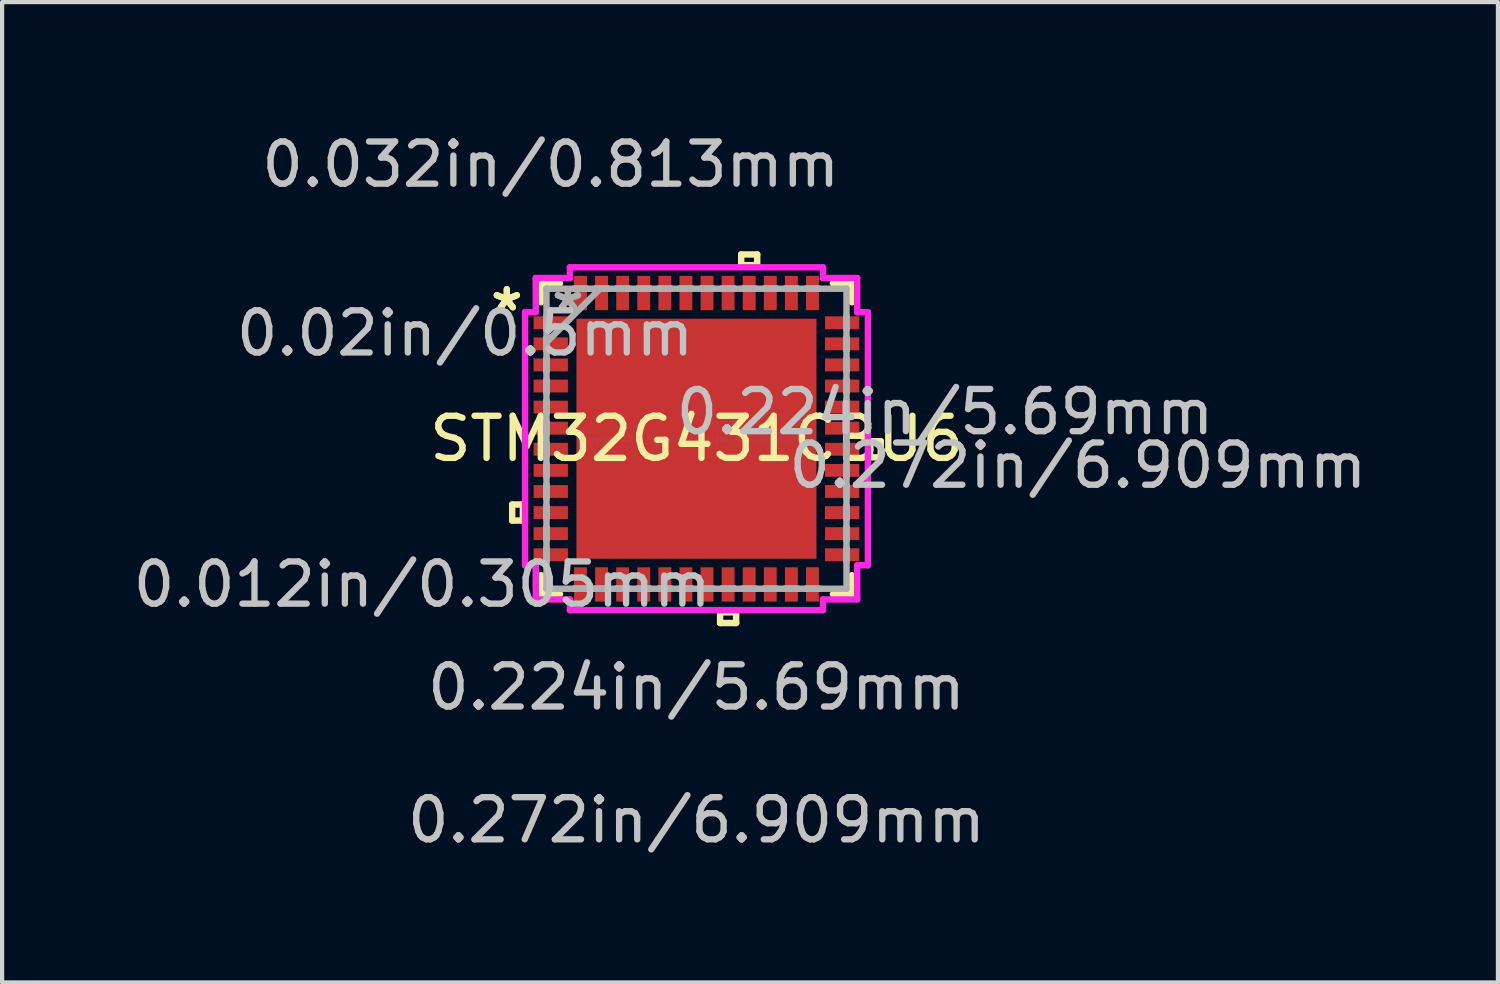
<source format=kicad_pcb>
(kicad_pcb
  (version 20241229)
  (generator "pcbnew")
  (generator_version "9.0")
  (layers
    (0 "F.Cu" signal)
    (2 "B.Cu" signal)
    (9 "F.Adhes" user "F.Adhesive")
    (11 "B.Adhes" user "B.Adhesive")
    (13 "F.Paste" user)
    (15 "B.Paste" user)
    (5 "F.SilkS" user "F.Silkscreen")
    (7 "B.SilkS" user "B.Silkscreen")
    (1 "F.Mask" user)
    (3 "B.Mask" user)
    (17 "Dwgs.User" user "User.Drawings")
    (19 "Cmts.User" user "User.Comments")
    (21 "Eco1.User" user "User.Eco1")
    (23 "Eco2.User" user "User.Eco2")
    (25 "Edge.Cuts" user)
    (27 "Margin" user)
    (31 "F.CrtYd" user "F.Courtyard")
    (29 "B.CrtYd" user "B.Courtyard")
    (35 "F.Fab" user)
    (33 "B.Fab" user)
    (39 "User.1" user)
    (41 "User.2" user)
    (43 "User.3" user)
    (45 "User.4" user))
  (footprint "STM32G431CBU6"
    (layer "F.Cu")
    (at 13.461 7.351)
    (property "Reference" "STM32G431CBU6" (at 0 0 0) (layer "F.SilkS") (effects (font (size 1 1) (thickness 0.15))))
    (attr through_hole)
    (fp_line (start -4.369 1.559) (end -4.369 1.94) (stroke (width 0.152) (type solid)) (layer "F.SilkS"))
    (fp_line (start -4.369 1.94) (end -4.115 1.94) (stroke (width 0.152) (type solid)) (layer "F.SilkS"))
    (fp_line (start -4.115 1.559) (end -4.369 1.559) (stroke (width 0.152) (type solid)) (layer "F.SilkS"))
    (fp_line (start -4.115 1.94) (end -4.115 1.559) (stroke (width 0.152) (type solid)) (layer "F.SilkS"))
    (fp_line (start -3.683 -3.683) (end -3.683 -3.235) (stroke (width 0.152) (type solid)) (layer "F.SilkS"))
    (fp_line (start -3.683 3.235) (end -3.683 3.683) (stroke (width 0.152) (type solid)) (layer "F.SilkS"))
    (fp_line (start -3.683 3.683) (end -3.235 3.683) (stroke (width 0.152) (type solid)) (layer "F.SilkS"))
    (fp_line (start -3.235 -3.683) (end -3.683 -3.683) (stroke (width 0.152) (type solid)) (layer "F.SilkS"))
    (fp_line (start 0.56 4.115) (end 0.56 4.369) (stroke (width 0.152) (type solid)) (layer "F.SilkS"))
    (fp_line (start 0.56 4.369) (end 0.941 4.369) (stroke (width 0.152) (type solid)) (layer "F.SilkS"))
    (fp_line (start 0.941 4.115) (end 0.56 4.115) (stroke (width 0.152) (type solid)) (layer "F.SilkS"))
    (fp_line (start 0.941 4.369) (end 0.941 4.115) (stroke (width 0.152) (type solid)) (layer "F.SilkS"))
    (fp_line (start 1.06 -4.369) (end 1.44 -4.369) (stroke (width 0.152) (type solid)) (layer "F.SilkS"))
    (fp_line (start 1.06 -4.115) (end 1.06 -4.369) (stroke (width 0.152) (type solid)) (layer "F.SilkS"))
    (fp_line (start 1.44 -4.369) (end 1.44 -4.115) (stroke (width 0.152) (type solid)) (layer "F.SilkS"))
    (fp_line (start 1.44 -4.115) (end 1.06 -4.115) (stroke (width 0.152) (type solid)) (layer "F.SilkS"))
    (fp_line (start 3.235 3.683) (end 3.683 3.683) (stroke (width 0.152) (type solid)) (layer "F.SilkS"))
    (fp_line (start 3.683 -3.683) (end 3.235 -3.683) (stroke (width 0.152) (type solid)) (layer "F.SilkS"))
    (fp_line (start 3.683 -3.235) (end 3.683 -3.683) (stroke (width 0.152) (type solid)) (layer "F.SilkS"))
    (fp_line (start 3.683 3.683) (end 3.683 3.235) (stroke (width 0.152) (type solid)) (layer "F.SilkS"))
    (fp_line (start 4.115 0.059) (end 4.369 0.059) (stroke (width 0.152) (type solid)) (layer "F.SilkS"))
    (fp_line (start 4.115 0.441) (end 4.115 0.059) (stroke (width 0.152) (type solid)) (layer "F.SilkS"))
    (fp_line (start 4.369 0.059) (end 4.369 0.441) (stroke (width 0.152) (type solid)) (layer "F.SilkS"))
    (fp_line (start 4.369 0.441) (end 4.115 0.441) (stroke (width 0.152) (type solid)) (layer "F.SilkS"))
    (fp_line (start -2.745 -2.745) (end -2.745 -1.522) (stroke (width 0.152) (type solid)) (layer "F.Paste"))
    (fp_line (start -2.745 -1.522) (end -1.522 -1.522) (stroke (width 0.152) (type solid)) (layer "F.Paste"))
    (fp_line (start -2.745 -1.322) (end -2.745 -0.1) (stroke (width 0.152) (type solid)) (layer "F.Paste"))
    (fp_line (start -2.745 -0.1) (end -1.522 -0.1) (stroke (width 0.152) (type solid)) (layer "F.Paste"))
    (fp_line (start -2.745 0.1) (end -2.745 1.322) (stroke (width 0.152) (type solid)) (layer "F.Paste"))
    (fp_line (start -2.745 1.322) (end -1.522 1.322) (stroke (width 0.152) (type solid)) (layer "F.Paste"))
    (fp_line (start -2.745 1.522) (end -2.745 2.745) (stroke (width 0.152) (type solid)) (layer "F.Paste"))
    (fp_line (start -2.745 2.745) (end -1.522 2.745) (stroke (width 0.152) (type solid)) (layer "F.Paste"))
    (fp_line (start -1.522 -2.745) (end -2.745 -2.745) (stroke (width 0.152) (type solid)) (layer "F.Paste"))
    (fp_line (start -1.522 -1.522) (end -1.522 -2.745) (stroke (width 0.152) (type solid)) (layer "F.Paste"))
    (fp_line (start -1.522 -1.322) (end -2.745 -1.322) (stroke (width 0.152) (type solid)) (layer "F.Paste"))
    (fp_line (start -1.522 -0.1) (end -1.522 -1.322) (stroke (width 0.152) (type solid)) (layer "F.Paste"))
    (fp_line (start -1.522 0.1) (end -2.745 0.1) (stroke (width 0.152) (type solid)) (layer "F.Paste"))
    (fp_line (start -1.522 1.322) (end -1.522 0.1) (stroke (width 0.152) (type solid)) (layer "F.Paste"))
    (fp_line (start -1.522 1.522) (end -2.745 1.522) (stroke (width 0.152) (type solid)) (layer "F.Paste"))
    (fp_line (start -1.522 2.745) (end -1.522 1.522) (stroke (width 0.152) (type solid)) (layer "F.Paste"))
    (fp_line (start -1.322 -2.745) (end -1.322 -1.522) (stroke (width 0.152) (type solid)) (layer "F.Paste"))
    (fp_line (start -1.322 -1.522) (end -0.1 -1.522) (stroke (width 0.152) (type solid)) (layer "F.Paste"))
    (fp_line (start -1.322 -1.322) (end -1.322 -0.1) (stroke (width 0.152) (type solid)) (layer "F.Paste"))
    (fp_line (start -1.322 -0.1) (end -0.1 -0.1) (stroke (width 0.152) (type solid)) (layer "F.Paste"))
    (fp_line (start -1.322 0.1) (end -1.322 1.322) (stroke (width 0.152) (type solid)) (layer "F.Paste"))
    (fp_line (start -1.322 1.322) (end -0.1 1.322) (stroke (width 0.152) (type solid)) (layer "F.Paste"))
    (fp_line (start -1.322 1.522) (end -1.322 2.745) (stroke (width 0.152) (type solid)) (layer "F.Paste"))
    (fp_line (start -1.322 2.745) (end -0.1 2.745) (stroke (width 0.152) (type solid)) (layer "F.Paste"))
    (fp_line (start -0.1 -2.745) (end -1.322 -2.745) (stroke (width 0.152) (type solid)) (layer "F.Paste"))
    (fp_line (start -0.1 -1.522) (end -0.1 -2.745) (stroke (width 0.152) (type solid)) (layer "F.Paste"))
    (fp_line (start -0.1 -1.322) (end -1.322 -1.322) (stroke (width 0.152) (type solid)) (layer "F.Paste"))
    (fp_line (start -0.1 -0.1) (end -0.1 -1.322) (stroke (width 0.152) (type solid)) (layer "F.Paste"))
    (fp_line (start -0.1 0.1) (end -1.322 0.1) (stroke (width 0.152) (type solid)) (layer "F.Paste"))
    (fp_line (start -0.1 1.322) (end -0.1 0.1) (stroke (width 0.152) (type solid)) (layer "F.Paste"))
    (fp_line (start -0.1 1.522) (end -1.322 1.522) (stroke (width 0.152) (type solid)) (layer "F.Paste"))
    (fp_line (start -0.1 2.745) (end -0.1 1.522) (stroke (width 0.152) (type solid)) (layer "F.Paste"))
    (fp_line (start 0.1 -2.745) (end 0.1 -1.522) (stroke (width 0.152) (type solid)) (layer "F.Paste"))
    (fp_line (start 0.1 -1.522) (end 1.322 -1.522) (stroke (width 0.152) (type solid)) (layer "F.Paste"))
    (fp_line (start 0.1 -1.322) (end 0.1 -0.1) (stroke (width 0.152) (type solid)) (layer "F.Paste"))
    (fp_line (start 0.1 -0.1) (end 1.322 -0.1) (stroke (width 0.152) (type solid)) (layer "F.Paste"))
    (fp_line (start 0.1 0.1) (end 0.1 1.322) (stroke (width 0.152) (type solid)) (layer "F.Paste"))
    (fp_line (start 0.1 1.322) (end 1.322 1.322) (stroke (width 0.152) (type solid)) (layer "F.Paste"))
    (fp_line (start 0.1 1.522) (end 0.1 2.745) (stroke (width 0.152) (type solid)) (layer "F.Paste"))
    (fp_line (start 0.1 2.745) (end 1.322 2.745) (stroke (width 0.152) (type solid)) (layer "F.Paste"))
    (fp_line (start 1.322 -2.745) (end 0.1 -2.745) (stroke (width 0.152) (type solid)) (layer "F.Paste"))
    (fp_line (start 1.322 -1.522) (end 1.322 -2.745) (stroke (width 0.152) (type solid)) (layer "F.Paste"))
    (fp_line (start 1.322 -1.322) (end 0.1 -1.322) (stroke (width 0.152) (type solid)) (layer "F.Paste"))
    (fp_line (start 1.322 -0.1) (end 1.322 -1.322) (stroke (width 0.152) (type solid)) (layer "F.Paste"))
    (fp_line (start 1.322 0.1) (end 0.1 0.1) (stroke (width 0.152) (type solid)) (layer "F.Paste"))
    (fp_line (start 1.322 1.322) (end 1.322 0.1) (stroke (width 0.152) (type solid)) (layer "F.Paste"))
    (fp_line (start 1.322 1.522) (end 0.1 1.522) (stroke (width 0.152) (type solid)) (layer "F.Paste"))
    (fp_line (start 1.322 2.745) (end 1.322 1.522) (stroke (width 0.152) (type solid)) (layer "F.Paste"))
    (fp_line (start 1.522 -2.745) (end 1.522 -1.522) (stroke (width 0.152) (type solid)) (layer "F.Paste"))
    (fp_line (start 1.522 -1.522) (end 2.745 -1.522) (stroke (width 0.152) (type solid)) (layer "F.Paste"))
    (fp_line (start 1.522 -1.322) (end 1.522 -0.1) (stroke (width 0.152) (type solid)) (layer "F.Paste"))
    (fp_line (start 1.522 -0.1) (end 2.745 -0.1) (stroke (width 0.152) (type solid)) (layer "F.Paste"))
    (fp_line (start 1.522 0.1) (end 1.522 1.322) (stroke (width 0.152) (type solid)) (layer "F.Paste"))
    (fp_line (start 1.522 1.322) (end 2.745 1.322) (stroke (width 0.152) (type solid)) (layer "F.Paste"))
    (fp_line (start 1.522 1.522) (end 1.522 2.745) (stroke (width 0.152) (type solid)) (layer "F.Paste"))
    (fp_line (start 1.522 2.745) (end 2.745 2.745) (stroke (width 0.152) (type solid)) (layer "F.Paste"))
    (fp_line (start 2.745 -2.745) (end 1.522 -2.745) (stroke (width 0.152) (type solid)) (layer "F.Paste"))
    (fp_line (start 2.745 -1.522) (end 2.745 -2.745) (stroke (width 0.152) (type solid)) (layer "F.Paste"))
    (fp_line (start 2.745 -1.322) (end 1.522 -1.322) (stroke (width 0.152) (type solid)) (layer "F.Paste"))
    (fp_line (start 2.745 -0.1) (end 2.745 -1.322) (stroke (width 0.152) (type solid)) (layer "F.Paste"))
    (fp_line (start 2.745 0.1) (end 1.522 0.1) (stroke (width 0.152) (type solid)) (layer "F.Paste"))
    (fp_line (start 2.745 1.322) (end 2.745 0.1) (stroke (width 0.152) (type solid)) (layer "F.Paste"))
    (fp_line (start 2.745 1.522) (end 1.522 1.522) (stroke (width 0.152) (type solid)) (layer "F.Paste"))
    (fp_line (start 2.745 2.745) (end 2.745 1.522) (stroke (width 0.152) (type solid)) (layer "F.Paste"))
    (fp_line (start -4.064 -3) (end -3.81 -3) (stroke (width 0.152) (type solid)) (layer "F.CrtYd"))
    (fp_line (start -4.064 3) (end -4.064 -3) (stroke (width 0.152) (type solid)) (layer "F.CrtYd"))
    (fp_line (start -3.81 -3.81) (end -3 -3.81) (stroke (width 0.152) (type solid)) (layer "F.CrtYd"))
    (fp_line (start -3.81 -3) (end -3.81 -3.81) (stroke (width 0.152) (type solid)) (layer "F.CrtYd"))
    (fp_line (start -3.81 3) (end -4.064 3) (stroke (width 0.152) (type solid)) (layer "F.CrtYd"))
    (fp_line (start -3.81 3.81) (end -3.81 3) (stroke (width 0.152) (type solid)) (layer "F.CrtYd"))
    (fp_line (start -3 -4.064) (end 3 -4.064) (stroke (width 0.152) (type solid)) (layer "F.CrtYd"))
    (fp_line (start -3 -3.81) (end -3 -4.064) (stroke (width 0.152) (type solid)) (layer "F.CrtYd"))
    (fp_line (start -3 3.81) (end -3.81 3.81) (stroke (width 0.152) (type solid)) (layer "F.CrtYd"))
    (fp_line (start -3 4.064) (end -3 3.81) (stroke (width 0.152) (type solid)) (layer "F.CrtYd"))
    (fp_line (start 3 -4.064) (end 3 -3.81) (stroke (width 0.152) (type solid)) (layer "F.CrtYd"))
    (fp_line (start 3 -3.81) (end 3.81 -3.81) (stroke (width 0.152) (type solid)) (layer "F.CrtYd"))
    (fp_line (start 3 3.81) (end 3 4.064) (stroke (width 0.152) (type solid)) (layer "F.CrtYd"))
    (fp_line (start 3 4.064) (end -3 4.064) (stroke (width 0.152) (type solid)) (layer "F.CrtYd"))
    (fp_line (start 3.81 -3.81) (end 3.81 -3) (stroke (width 0.152) (type solid)) (layer "F.CrtYd"))
    (fp_line (start 3.81 -3) (end 4.064 -3) (stroke (width 0.152) (type solid)) (layer "F.CrtYd"))
    (fp_line (start 3.81 3) (end 3.81 3.81) (stroke (width 0.152) (type solid)) (layer "F.CrtYd"))
    (fp_line (start 3.81 3.81) (end 3 3.81) (stroke (width 0.152) (type solid)) (layer "F.CrtYd"))
    (fp_line (start 4.064 -3) (end 4.064 3) (stroke (width 0.152) (type solid)) (layer "F.CrtYd"))
    (fp_line (start 4.064 3) (end 3.81 3) (stroke (width 0.152) (type solid)) (layer "F.CrtYd"))
    (fp_line (start -3.556 -3.556) (end -3.556 -3.556) (stroke (width 0.152) (type solid)) (layer "F.Fab"))
    (fp_line (start -3.556 -3.556) (end -3.556 3.556) (stroke (width 0.152) (type solid)) (layer "F.Fab"))
    (fp_line (start -3.556 -2.902) (end -3.556 -2.902) (stroke (width 0.152) (type solid)) (layer "F.Fab"))
    (fp_line (start -3.556 -2.902) (end -3.556 -2.598) (stroke (width 0.152) (type solid)) (layer "F.Fab"))
    (fp_line (start -3.556 -2.598) (end -3.556 -2.902) (stroke (width 0.152) (type solid)) (layer "F.Fab"))
    (fp_line (start -3.556 -2.598) (end -3.556 -2.598) (stroke (width 0.152) (type solid)) (layer "F.Fab"))
    (fp_line (start -3.556 -2.402) (end -3.556 -2.402) (stroke (width 0.152) (type solid)) (layer "F.Fab"))
    (fp_line (start -3.556 -2.402) (end -3.556 -2.098) (stroke (width 0.152) (type solid)) (layer "F.Fab"))
    (fp_line (start -3.556 -2.286) (end -2.286 -3.556) (stroke (width 0.152) (type solid)) (layer "F.Fab"))
    (fp_line (start -3.556 -2.098) (end -3.556 -2.402) (stroke (width 0.152) (type solid)) (layer "F.Fab"))
    (fp_line (start -3.556 -2.098) (end -3.556 -2.098) (stroke (width 0.152) (type solid)) (layer "F.Fab"))
    (fp_line (start -3.556 -1.902) (end -3.556 -1.902) (stroke (width 0.152) (type solid)) (layer "F.Fab"))
    (fp_line (start -3.556 -1.902) (end -3.556 -1.598) (stroke (width 0.152) (type solid)) (layer "F.Fab"))
    (fp_line (start -3.556 -1.598) (end -3.556 -1.902) (stroke (width 0.152) (type solid)) (layer "F.Fab"))
    (fp_line (start -3.556 -1.598) (end -3.556 -1.598) (stroke (width 0.152) (type solid)) (layer "F.Fab"))
    (fp_line (start -3.556 -1.402) (end -3.556 -1.402) (stroke (width 0.152) (type solid)) (layer "F.Fab"))
    (fp_line (start -3.556 -1.402) (end -3.556 -1.098) (stroke (width 0.152) (type solid)) (layer "F.Fab"))
    (fp_line (start -3.556 -1.098) (end -3.556 -1.402) (stroke (width 0.152) (type solid)) (layer "F.Fab"))
    (fp_line (start -3.556 -1.098) (end -3.556 -1.098) (stroke (width 0.152) (type solid)) (layer "F.Fab"))
    (fp_line (start -3.556 -0.902) (end -3.556 -0.902) (stroke (width 0.152) (type solid)) (layer "F.Fab"))
    (fp_line (start -3.556 -0.902) (end -3.556 -0.598) (stroke (width 0.152) (type solid)) (layer "F.Fab"))
    (fp_line (start -3.556 -0.598) (end -3.556 -0.902) (stroke (width 0.152) (type solid)) (layer "F.Fab"))
    (fp_line (start -3.556 -0.598) (end -3.556 -0.598) (stroke (width 0.152) (type solid)) (layer "F.Fab"))
    (fp_line (start -3.556 -0.402) (end -3.556 -0.402) (stroke (width 0.152) (type solid)) (layer "F.Fab"))
    (fp_line (start -3.556 -0.402) (end -3.556 -0.098) (stroke (width 0.152) (type solid)) (layer "F.Fab"))
    (fp_line (start -3.556 -0.098) (end -3.556 -0.402) (stroke (width 0.152) (type solid)) (layer "F.Fab"))
    (fp_line (start -3.556 -0.098) (end -3.556 -0.098) (stroke (width 0.152) (type solid)) (layer "F.Fab"))
    (fp_line (start -3.556 0.098) (end -3.556 0.098) (stroke (width 0.152) (type solid)) (layer "F.Fab"))
    (fp_line (start -3.556 0.098) (end -3.556 0.402) (stroke (width 0.152) (type solid)) (layer "F.Fab"))
    (fp_line (start -3.556 0.402) (end -3.556 0.098) (stroke (width 0.152) (type solid)) (layer "F.Fab"))
    (fp_line (start -3.556 0.402) (end -3.556 0.402) (stroke (width 0.152) (type solid)) (layer "F.Fab"))
    (fp_line (start -3.556 0.598) (end -3.556 0.598) (stroke (width 0.152) (type solid)) (layer "F.Fab"))
    (fp_line (start -3.556 0.598) (end -3.556 0.902) (stroke (width 0.152) (type solid)) (layer "F.Fab"))
    (fp_line (start -3.556 0.902) (end -3.556 0.598) (stroke (width 0.152) (type solid)) (layer "F.Fab"))
    (fp_line (start -3.556 0.902) (end -3.556 0.902) (stroke (width 0.152) (type solid)) (layer "F.Fab"))
    (fp_line (start -3.556 1.098) (end -3.556 1.098) (stroke (width 0.152) (type solid)) (layer "F.Fab"))
    (fp_line (start -3.556 1.098) (end -3.556 1.402) (stroke (width 0.152) (type solid)) (layer "F.Fab"))
    (fp_line (start -3.556 1.402) (end -3.556 1.098) (stroke (width 0.152) (type solid)) (layer "F.Fab"))
    (fp_line (start -3.556 1.402) (end -3.556 1.402) (stroke (width 0.152) (type solid)) (layer "F.Fab"))
    (fp_line (start -3.556 1.598) (end -3.556 1.598) (stroke (width 0.152) (type solid)) (layer "F.Fab"))
    (fp_line (start -3.556 1.598) (end -3.556 1.902) (stroke (width 0.152) (type solid)) (layer "F.Fab"))
    (fp_line (start -3.556 1.902) (end -3.556 1.598) (stroke (width 0.152) (type solid)) (layer "F.Fab"))
    (fp_line (start -3.556 1.902) (end -3.556 1.902) (stroke (width 0.152) (type solid)) (layer "F.Fab"))
    (fp_line (start -3.556 2.098) (end -3.556 2.098) (stroke (width 0.152) (type solid)) (layer "F.Fab"))
    (fp_line (start -3.556 2.098) (end -3.556 2.402) (stroke (width 0.152) (type solid)) (layer "F.Fab"))
    (fp_line (start -3.556 2.402) (end -3.556 2.098) (stroke (width 0.152) (type solid)) (layer "F.Fab"))
    (fp_line (start -3.556 2.402) (end -3.556 2.402) (stroke (width 0.152) (type solid)) (layer "F.Fab"))
    (fp_line (start -3.556 2.598) (end -3.556 2.598) (stroke (width 0.152) (type solid)) (layer "F.Fab"))
    (fp_line (start -3.556 2.598) (end -3.556 2.902) (stroke (width 0.152) (type solid)) (layer "F.Fab"))
    (fp_line (start -3.556 2.902) (end -3.556 2.598) (stroke (width 0.152) (type solid)) (layer "F.Fab"))
    (fp_line (start -3.556 2.902) (end -3.556 2.902) (stroke (width 0.152) (type solid)) (layer "F.Fab"))
    (fp_line (start -3.556 3.556) (end -3.556 3.556) (stroke (width 0.152) (type solid)) (layer "F.Fab"))
    (fp_line (start -3.556 3.556) (end 3.556 3.556) (stroke (width 0.152) (type solid)) (layer "F.Fab"))
    (fp_line (start -2.902 -3.556) (end -2.902 -3.556) (stroke (width 0.152) (type solid)) (layer "F.Fab"))
    (fp_line (start -2.902 -3.556) (end -2.598 -3.556) (stroke (width 0.152) (type solid)) (layer "F.Fab"))
    (fp_line (start -2.902 3.556) (end -2.902 3.556) (stroke (width 0.152) (type solid)) (layer "F.Fab"))
    (fp_line (start -2.902 3.556) (end -2.598 3.556) (stroke (width 0.152) (type solid)) (layer "F.Fab"))
    (fp_line (start -2.598 -3.556) (end -2.902 -3.556) (stroke (width 0.152) (type solid)) (layer "F.Fab"))
    (fp_line (start -2.598 -3.556) (end -2.598 -3.556) (stroke (width 0.152) (type solid)) (layer "F.Fab"))
    (fp_line (start -2.598 3.556) (end -2.902 3.556) (stroke (width 0.152) (type solid)) (layer "F.Fab"))
    (fp_line (start -2.598 3.556) (end -2.598 3.556) (stroke (width 0.152) (type solid)) (layer "F.Fab"))
    (fp_line (start -2.402 -3.556) (end -2.402 -3.556) (stroke (width 0.152) (type solid)) (layer "F.Fab"))
    (fp_line (start -2.402 -3.556) (end -2.098 -3.556) (stroke (width 0.152) (type solid)) (layer "F.Fab"))
    (fp_line (start -2.402 3.556) (end -2.402 3.556) (stroke (width 0.152) (type solid)) (layer "F.Fab"))
    (fp_line (start -2.402 3.556) (end -2.098 3.556) (stroke (width 0.152) (type solid)) (layer "F.Fab"))
    (fp_line (start -2.098 -3.556) (end -2.402 -3.556) (stroke (width 0.152) (type solid)) (layer "F.Fab"))
    (fp_line (start -2.098 -3.556) (end -2.098 -3.556) (stroke (width 0.152) (type solid)) (layer "F.Fab"))
    (fp_line (start -2.098 3.556) (end -2.402 3.556) (stroke (width 0.152) (type solid)) (layer "F.Fab"))
    (fp_line (start -2.098 3.556) (end -2.098 3.556) (stroke (width 0.152) (type solid)) (layer "F.Fab"))
    (fp_line (start -1.902 -3.556) (end -1.902 -3.556) (stroke (width 0.152) (type solid)) (layer "F.Fab"))
    (fp_line (start -1.902 -3.556) (end -1.598 -3.556) (stroke (width 0.152) (type solid)) (layer "F.Fab"))
    (fp_line (start -1.902 3.556) (end -1.902 3.556) (stroke (width 0.152) (type solid)) (layer "F.Fab"))
    (fp_line (start -1.902 3.556) (end -1.598 3.556) (stroke (width 0.152) (type solid)) (layer "F.Fab"))
    (fp_line (start -1.598 -3.556) (end -1.902 -3.556) (stroke (width 0.152) (type solid)) (layer "F.Fab"))
    (fp_line (start -1.598 -3.556) (end -1.598 -3.556) (stroke (width 0.152) (type solid)) (layer "F.Fab"))
    (fp_line (start -1.598 3.556) (end -1.902 3.556) (stroke (width 0.152) (type solid)) (layer "F.Fab"))
    (fp_line (start -1.598 3.556) (end -1.598 3.556) (stroke (width 0.152) (type solid)) (layer "F.Fab"))
    (fp_line (start -1.402 -3.556) (end -1.402 -3.556) (stroke (width 0.152) (type solid)) (layer "F.Fab"))
    (fp_line (start -1.402 -3.556) (end -1.098 -3.556) (stroke (width 0.152) (type solid)) (layer "F.Fab"))
    (fp_line (start -1.402 3.556) (end -1.402 3.556) (stroke (width 0.152) (type solid)) (layer "F.Fab"))
    (fp_line (start -1.402 3.556) (end -1.098 3.556) (stroke (width 0.152) (type solid)) (layer "F.Fab"))
    (fp_line (start -1.098 -3.556) (end -1.402 -3.556) (stroke (width 0.152) (type solid)) (layer "F.Fab"))
    (fp_line (start -1.098 -3.556) (end -1.098 -3.556) (stroke (width 0.152) (type solid)) (layer "F.Fab"))
    (fp_line (start -1.098 3.556) (end -1.402 3.556) (stroke (width 0.152) (type solid)) (layer "F.Fab"))
    (fp_line (start -1.098 3.556) (end -1.098 3.556) (stroke (width 0.152) (type solid)) (layer "F.Fab"))
    (fp_line (start -0.902 -3.556) (end -0.902 -3.556) (stroke (width 0.152) (type solid)) (layer "F.Fab"))
    (fp_line (start -0.902 -3.556) (end -0.598 -3.556) (stroke (width 0.152) (type solid)) (layer "F.Fab"))
    (fp_line (start -0.902 3.556) (end -0.902 3.556) (stroke (width 0.152) (type solid)) (layer "F.Fab"))
    (fp_line (start -0.902 3.556) (end -0.598 3.556) (stroke (width 0.152) (type solid)) (layer "F.Fab"))
    (fp_line (start -0.598 -3.556) (end -0.902 -3.556) (stroke (width 0.152) (type solid)) (layer "F.Fab"))
    (fp_line (start -0.598 -3.556) (end -0.598 -3.556) (stroke (width 0.152) (type solid)) (layer "F.Fab"))
    (fp_line (start -0.598 3.556) (end -0.902 3.556) (stroke (width 0.152) (type solid)) (layer "F.Fab"))
    (fp_line (start -0.598 3.556) (end -0.598 3.556) (stroke (width 0.152) (type solid)) (layer "F.Fab"))
    (fp_line (start -0.402 -3.556) (end -0.402 -3.556) (stroke (width 0.152) (type solid)) (layer "F.Fab"))
    (fp_line (start -0.402 -3.556) (end -0.098 -3.556) (stroke (width 0.152) (type solid)) (layer "F.Fab"))
    (fp_line (start -0.402 3.556) (end -0.402 3.556) (stroke (width 0.152) (type solid)) (layer "F.Fab"))
    (fp_line (start -0.402 3.556) (end -0.098 3.556) (stroke (width 0.152) (type solid)) (layer "F.Fab"))
    (fp_line (start -0.098 -3.556) (end -0.402 -3.556) (stroke (width 0.152) (type solid)) (layer "F.Fab"))
    (fp_line (start -0.098 -3.556) (end -0.098 -3.556) (stroke (width 0.152) (type solid)) (layer "F.Fab"))
    (fp_line (start -0.098 3.556) (end -0.402 3.556) (stroke (width 0.152) (type solid)) (layer "F.Fab"))
    (fp_line (start -0.098 3.556) (end -0.098 3.556) (stroke (width 0.152) (type solid)) (layer "F.Fab"))
    (fp_line (start 0.098 -3.556) (end 0.098 -3.556) (stroke (width 0.152) (type solid)) (layer "F.Fab"))
    (fp_line (start 0.098 -3.556) (end 0.402 -3.556) (stroke (width 0.152) (type solid)) (layer "F.Fab"))
    (fp_line (start 0.098 3.556) (end 0.098 3.556) (stroke (width 0.152) (type solid)) (layer "F.Fab"))
    (fp_line (start 0.098 3.556) (end 0.402 3.556) (stroke (width 0.152) (type solid)) (layer "F.Fab"))
    (fp_line (start 0.402 -3.556) (end 0.098 -3.556) (stroke (width 0.152) (type solid)) (layer "F.Fab"))
    (fp_line (start 0.402 -3.556) (end 0.402 -3.556) (stroke (width 0.152) (type solid)) (layer "F.Fab"))
    (fp_line (start 0.402 3.556) (end 0.098 3.556) (stroke (width 0.152) (type solid)) (layer "F.Fab"))
    (fp_line (start 0.402 3.556) (end 0.402 3.556) (stroke (width 0.152) (type solid)) (layer "F.Fab"))
    (fp_line (start 0.598 -3.556) (end 0.598 -3.556) (stroke (width 0.152) (type solid)) (layer "F.Fab"))
    (fp_line (start 0.598 -3.556) (end 0.902 -3.556) (stroke (width 0.152) (type solid)) (layer "F.Fab"))
    (fp_line (start 0.598 3.556) (end 0.598 3.556) (stroke (width 0.152) (type solid)) (layer "F.Fab"))
    (fp_line (start 0.598 3.556) (end 0.902 3.556) (stroke (width 0.152) (type solid)) (layer "F.Fab"))
    (fp_line (start 0.902 -3.556) (end 0.598 -3.556) (stroke (width 0.152) (type solid)) (layer "F.Fab"))
    (fp_line (start 0.902 -3.556) (end 0.902 -3.556) (stroke (width 0.152) (type solid)) (layer "F.Fab"))
    (fp_line (start 0.902 3.556) (end 0.598 3.556) (stroke (width 0.152) (type solid)) (layer "F.Fab"))
    (fp_line (start 0.902 3.556) (end 0.902 3.556) (stroke (width 0.152) (type solid)) (layer "F.Fab"))
    (fp_line (start 1.098 -3.556) (end 1.098 -3.556) (stroke (width 0.152) (type solid)) (layer "F.Fab"))
    (fp_line (start 1.098 -3.556) (end 1.402 -3.556) (stroke (width 0.152) (type solid)) (layer "F.Fab"))
    (fp_line (start 1.098 3.556) (end 1.098 3.556) (stroke (width 0.152) (type solid)) (layer "F.Fab"))
    (fp_line (start 1.098 3.556) (end 1.402 3.556) (stroke (width 0.152) (type solid)) (layer "F.Fab"))
    (fp_line (start 1.402 -3.556) (end 1.098 -3.556) (stroke (width 0.152) (type solid)) (layer "F.Fab"))
    (fp_line (start 1.402 -3.556) (end 1.402 -3.556) (stroke (width 0.152) (type solid)) (layer "F.Fab"))
    (fp_line (start 1.402 3.556) (end 1.098 3.556) (stroke (width 0.152) (type solid)) (layer "F.Fab"))
    (fp_line (start 1.402 3.556) (end 1.402 3.556) (stroke (width 0.152) (type solid)) (layer "F.Fab"))
    (fp_line (start 1.598 -3.556) (end 1.598 -3.556) (stroke (width 0.152) (type solid)) (layer "F.Fab"))
    (fp_line (start 1.598 -3.556) (end 1.902 -3.556) (stroke (width 0.152) (type solid)) (layer "F.Fab"))
    (fp_line (start 1.598 3.556) (end 1.598 3.556) (stroke (width 0.152) (type solid)) (layer "F.Fab"))
    (fp_line (start 1.598 3.556) (end 1.902 3.556) (stroke (width 0.152) (type solid)) (layer "F.Fab"))
    (fp_line (start 1.902 -3.556) (end 1.598 -3.556) (stroke (width 0.152) (type solid)) (layer "F.Fab"))
    (fp_line (start 1.902 -3.556) (end 1.902 -3.556) (stroke (width 0.152) (type solid)) (layer "F.Fab"))
    (fp_line (start 1.902 3.556) (end 1.598 3.556) (stroke (width 0.152) (type solid)) (layer "F.Fab"))
    (fp_line (start 1.902 3.556) (end 1.902 3.556) (stroke (width 0.152) (type solid)) (layer "F.Fab"))
    (fp_line (start 2.098 -3.556) (end 2.098 -3.556) (stroke (width 0.152) (type solid)) (layer "F.Fab"))
    (fp_line (start 2.098 -3.556) (end 2.402 -3.556) (stroke (width 0.152) (type solid)) (layer "F.Fab"))
    (fp_line (start 2.098 3.556) (end 2.098 3.556) (stroke (width 0.152) (type solid)) (layer "F.Fab"))
    (fp_line (start 2.098 3.556) (end 2.402 3.556) (stroke (width 0.152) (type solid)) (layer "F.Fab"))
    (fp_line (start 2.402 -3.556) (end 2.098 -3.556) (stroke (width 0.152) (type solid)) (layer "F.Fab"))
    (fp_line (start 2.402 -3.556) (end 2.402 -3.556) (stroke (width 0.152) (type solid)) (layer "F.Fab"))
    (fp_line (start 2.402 3.556) (end 2.098 3.556) (stroke (width 0.152) (type solid)) (layer "F.Fab"))
    (fp_line (start 2.402 3.556) (end 2.402 3.556) (stroke (width 0.152) (type solid)) (layer "F.Fab"))
    (fp_line (start 2.598 -3.556) (end 2.598 -3.556) (stroke (width 0.152) (type solid)) (layer "F.Fab"))
    (fp_line (start 2.598 -3.556) (end 2.902 -3.556) (stroke (width 0.152) (type solid)) (layer "F.Fab"))
    (fp_line (start 2.598 3.556) (end 2.598 3.556) (stroke (width 0.152) (type solid)) (layer "F.Fab"))
    (fp_line (start 2.598 3.556) (end 2.902 3.556) (stroke (width 0.152) (type solid)) (layer "F.Fab"))
    (fp_line (start 2.902 -3.556) (end 2.598 -3.556) (stroke (width 0.152) (type solid)) (layer "F.Fab"))
    (fp_line (start 2.902 -3.556) (end 2.902 -3.556) (stroke (width 0.152) (type solid)) (layer "F.Fab"))
    (fp_line (start 2.902 3.556) (end 2.598 3.556) (stroke (width 0.152) (type solid)) (layer "F.Fab"))
    (fp_line (start 2.902 3.556) (end 2.902 3.556) (stroke (width 0.152) (type solid)) (layer "F.Fab"))
    (fp_line (start 3.556 -3.556) (end -3.556 -3.556) (stroke (width 0.152) (type solid)) (layer "F.Fab"))
    (fp_line (start 3.556 -3.556) (end 3.556 -3.556) (stroke (width 0.152) (type solid)) (layer "F.Fab"))
    (fp_line (start 3.556 -2.902) (end 3.556 -2.902) (stroke (width 0.152) (type solid)) (layer "F.Fab"))
    (fp_line (start 3.556 -2.902) (end 3.556 -2.598) (stroke (width 0.152) (type solid)) (layer "F.Fab"))
    (fp_line (start 3.556 -2.598) (end 3.556 -2.902) (stroke (width 0.152) (type solid)) (layer "F.Fab"))
    (fp_line (start 3.556 -2.598) (end 3.556 -2.598) (stroke (width 0.152) (type solid)) (layer "F.Fab"))
    (fp_line (start 3.556 -2.402) (end 3.556 -2.402) (stroke (width 0.152) (type solid)) (layer "F.Fab"))
    (fp_line (start 3.556 -2.402) (end 3.556 -2.098) (stroke (width 0.152) (type solid)) (layer "F.Fab"))
    (fp_line (start 3.556 -2.098) (end 3.556 -2.402) (stroke (width 0.152) (type solid)) (layer "F.Fab"))
    (fp_line (start 3.556 -2.098) (end 3.556 -2.098) (stroke (width 0.152) (type solid)) (layer "F.Fab"))
    (fp_line (start 3.556 -1.902) (end 3.556 -1.902) (stroke (width 0.152) (type solid)) (layer "F.Fab"))
    (fp_line (start 3.556 -1.902) (end 3.556 -1.598) (stroke (width 0.152) (type solid)) (layer "F.Fab"))
    (fp_line (start 3.556 -1.598) (end 3.556 -1.902) (stroke (width 0.152) (type solid)) (layer "F.Fab"))
    (fp_line (start 3.556 -1.598) (end 3.556 -1.598) (stroke (width 0.152) (type solid)) (layer "F.Fab"))
    (fp_line (start 3.556 -1.402) (end 3.556 -1.402) (stroke (width 0.152) (type solid)) (layer "F.Fab"))
    (fp_line (start 3.556 -1.402) (end 3.556 -1.098) (stroke (width 0.152) (type solid)) (layer "F.Fab"))
    (fp_line (start 3.556 -1.098) (end 3.556 -1.402) (stroke (width 0.152) (type solid)) (layer "F.Fab"))
    (fp_line (start 3.556 -1.098) (end 3.556 -1.098) (stroke (width 0.152) (type solid)) (layer "F.Fab"))
    (fp_line (start 3.556 -0.902) (end 3.556 -0.902) (stroke (width 0.152) (type solid)) (layer "F.Fab"))
    (fp_line (start 3.556 -0.902) (end 3.556 -0.598) (stroke (width 0.152) (type solid)) (layer "F.Fab"))
    (fp_line (start 3.556 -0.598) (end 3.556 -0.902) (stroke (width 0.152) (type solid)) (layer "F.Fab"))
    (fp_line (start 3.556 -0.598) (end 3.556 -0.598) (stroke (width 0.152) (type solid)) (layer "F.Fab"))
    (fp_line (start 3.556 -0.402) (end 3.556 -0.402) (stroke (width 0.152) (type solid)) (layer "F.Fab"))
    (fp_line (start 3.556 -0.402) (end 3.556 -0.098) (stroke (width 0.152) (type solid)) (layer "F.Fab"))
    (fp_line (start 3.556 -0.098) (end 3.556 -0.402) (stroke (width 0.152) (type solid)) (layer "F.Fab"))
    (fp_line (start 3.556 -0.098) (end 3.556 -0.098) (stroke (width 0.152) (type solid)) (layer "F.Fab"))
    (fp_line (start 3.556 0.098) (end 3.556 0.098) (stroke (width 0.152) (type solid)) (layer "F.Fab"))
    (fp_line (start 3.556 0.098) (end 3.556 0.402) (stroke (width 0.152) (type solid)) (layer "F.Fab"))
    (fp_line (start 3.556 0.402) (end 3.556 0.098) (stroke (width 0.152) (type solid)) (layer "F.Fab"))
    (fp_line (start 3.556 0.402) (end 3.556 0.402) (stroke (width 0.152) (type solid)) (layer "F.Fab"))
    (fp_line (start 3.556 0.598) (end 3.556 0.598) (stroke (width 0.152) (type solid)) (layer "F.Fab"))
    (fp_line (start 3.556 0.598) (end 3.556 0.902) (stroke (width 0.152) (type solid)) (layer "F.Fab"))
    (fp_line (start 3.556 0.902) (end 3.556 0.598) (stroke (width 0.152) (type solid)) (layer "F.Fab"))
    (fp_line (start 3.556 0.902) (end 3.556 0.902) (stroke (width 0.152) (type solid)) (layer "F.Fab"))
    (fp_line (start 3.556 1.098) (end 3.556 1.098) (stroke (width 0.152) (type solid)) (layer "F.Fab"))
    (fp_line (start 3.556 1.098) (end 3.556 1.402) (stroke (width 0.152) (type solid)) (layer "F.Fab"))
    (fp_line (start 3.556 1.402) (end 3.556 1.098) (stroke (width 0.152) (type solid)) (layer "F.Fab"))
    (fp_line (start 3.556 1.402) (end 3.556 1.402) (stroke (width 0.152) (type solid)) (layer "F.Fab"))
    (fp_line (start 3.556 1.598) (end 3.556 1.598) (stroke (width 0.152) (type solid)) (layer "F.Fab"))
    (fp_line (start 3.556 1.598) (end 3.556 1.902) (stroke (width 0.152) (type solid)) (layer "F.Fab"))
    (fp_line (start 3.556 1.902) (end 3.556 1.598) (stroke (width 0.152) (type solid)) (layer "F.Fab"))
    (fp_line (start 3.556 1.902) (end 3.556 1.902) (stroke (width 0.152) (type solid)) (layer "F.Fab"))
    (fp_line (start 3.556 2.098) (end 3.556 2.098) (stroke (width 0.152) (type solid)) (layer "F.Fab"))
    (fp_line (start 3.556 2.098) (end 3.556 2.402) (stroke (width 0.152) (type solid)) (layer "F.Fab"))
    (fp_line (start 3.556 2.402) (end 3.556 2.098) (stroke (width 0.152) (type solid)) (layer "F.Fab"))
    (fp_line (start 3.556 2.402) (end 3.556 2.402) (stroke (width 0.152) (type solid)) (layer "F.Fab"))
    (fp_line (start 3.556 2.598) (end 3.556 2.598) (stroke (width 0.152) (type solid)) (layer "F.Fab"))
    (fp_line (start 3.556 2.598) (end 3.556 2.902) (stroke (width 0.152) (type solid)) (layer "F.Fab"))
    (fp_line (start 3.556 2.902) (end 3.556 2.598) (stroke (width 0.152) (type solid)) (layer "F.Fab"))
    (fp_line (start 3.556 2.902) (end 3.556 2.902) (stroke (width 0.152) (type solid)) (layer "F.Fab"))
    (fp_line (start 3.556 3.556) (end 3.556 -3.556) (stroke (width 0.152) (type solid)) (layer "F.Fab"))
    (fp_line (start 3.556 3.556) (end 3.556 3.556) (stroke (width 0.152) (type solid)) (layer "F.Fab"))
    (fp_text user "*" (at -4.496 -3 0) (layer "F.SilkS") (effects (font (size 1 1) (thickness 0.15))))
    (fp_text user "*" (at -4.496 -3 0) (layer "F.SilkS") (effects (font (size 1 1) (thickness 0.15))))
    (fp_text user "0.272in/6.909mm" (at 0 9.042 0) (layer "Dwgs.User") (effects (font (size 1 1) (thickness 0.15))))
    (fp_text user "0.012in/0.305mm" (at -6.502 3.454 0) (layer "Dwgs.User") (effects (font (size 1 1) (thickness 0.15))))
    (fp_text user "0.032in/0.813mm" (at -3.454 -6.502 0) (layer "Dwgs.User") (effects (font (size 1 1) (thickness 0.15))))
    (fp_text user "0.224in/5.69mm" (at 5.893 -0.635 0) (layer "Dwgs.User") (effects (font (size 1 1) (thickness 0.15))))
    (fp_text user "0.272in/6.909mm" (at 9.042 0.635 0) (layer "Dwgs.User") (effects (font (size 1 1) (thickness 0.15))))
    (fp_text user "0.224in/5.69mm" (at 0 5.893 0) (layer "Dwgs.User") (effects (font (size 1 1) (thickness 0.15))))
    (fp_text user "0.02in/0.5mm" (at -5.486 -2.5 0) (layer "Dwgs.User") (effects (font (size 1 1) (thickness 0.15))))
    (fp_text user "Copyright 2016 Accelerated Designs. All rights reserved." (at 0 0 0) (layer "Cmts.User") (effects (font (size 0.127 0.127) (thickness 0.002))))
    (fp_text user "*" (at -3.048 -3 0) (layer "F.Fab") (effects (font (size 1 1) (thickness 0.15))))
    (fp_text user "*" (at -3.048 -3 0) (layer "F.Fab") (effects (font (size 1 1) (thickness 0.15))))
    (pad "1" smd rect (at -3.454 -2.75 90) (size 0.305 0.813) (layers "F.Cu" "F.Mask" "F.Paste"))
    (pad "2" smd rect (at -3.454 -2.25 90) (size 0.305 0.813) (layers "F.Cu" "F.Mask" "F.Paste"))
    (pad "3" smd rect (at -3.454 -1.75 90) (size 0.305 0.813) (layers "F.Cu" "F.Mask" "F.Paste"))
    (pad "4" smd rect (at -3.454 -1.25 90) (size 0.305 0.813) (layers "F.Cu" "F.Mask" "F.Paste"))
    (pad "5" smd rect (at -3.454 -0.75 90) (size 0.305 0.813) (layers "F.Cu" "F.Mask" "F.Paste"))
    (pad "6" smd rect (at -3.454 -0.25 90) (size 0.305 0.813) (layers "F.Cu" "F.Mask" "F.Paste"))
    (pad "7" smd rect (at -3.454 0.25 90) (size 0.305 0.813) (layers "F.Cu" "F.Mask" "F.Paste"))
    (pad "8" smd rect (at -3.454 0.75 90) (size 0.305 0.813) (layers "F.Cu" "F.Mask" "F.Paste"))
    (pad "9" smd rect (at -3.454 1.25 90) (size 0.305 0.813) (layers "F.Cu" "F.Mask" "F.Paste"))
    (pad "10" smd rect (at -3.454 1.75 90) (size 0.305 0.813) (layers "F.Cu" "F.Mask" "F.Paste"))
    (pad "11" smd rect (at -3.454 2.25 90) (size 0.305 0.813) (layers "F.Cu" "F.Mask" "F.Paste"))
    (pad "12" smd rect (at -3.454 2.75 90) (size 0.305 0.813) (layers "F.Cu" "F.Mask" "F.Paste"))
    (pad "13" smd rect (at -2.75 3.454) (size 0.305 0.813) (layers "F.Cu" "F.Mask" "F.Paste"))
    (pad "14" smd rect (at -2.25 3.454) (size 0.305 0.813) (layers "F.Cu" "F.Mask" "F.Paste"))
    (pad "15" smd rect (at -1.75 3.454) (size 0.305 0.813) (layers "F.Cu" "F.Mask" "F.Paste"))
    (pad "16" smd rect (at -1.25 3.454) (size 0.305 0.813) (layers "F.Cu" "F.Mask" "F.Paste"))
    (pad "17" smd rect (at -0.75 3.454) (size 0.305 0.813) (layers "F.Cu" "F.Mask" "F.Paste"))
    (pad "18" smd rect (at -0.25 3.454) (size 0.305 0.813) (layers "F.Cu" "F.Mask" "F.Paste"))
    (pad "19" smd rect (at 0.25 3.454) (size 0.305 0.813) (layers "F.Cu" "F.Mask" "F.Paste"))
    (pad "20" smd rect (at 0.75 3.454) (size 0.305 0.813) (layers "F.Cu" "F.Mask" "F.Paste"))
    (pad "21" smd rect (at 1.25 3.454) (size 0.305 0.813) (layers "F.Cu" "F.Mask" "F.Paste"))
    (pad "22" smd rect (at 1.75 3.454) (size 0.305 0.813) (layers "F.Cu" "F.Mask" "F.Paste"))
    (pad "23" smd rect (at 2.25 3.454) (size 0.305 0.813) (layers "F.Cu" "F.Mask" "F.Paste"))
    (pad "24" smd rect (at 2.75 3.454) (size 0.305 0.813) (layers "F.Cu" "F.Mask" "F.Paste"))
    (pad "25" smd rect (at 3.454 2.75 90) (size 0.305 0.813) (layers "F.Cu" "F.Mask" "F.Paste"))
    (pad "26" smd rect (at 3.454 2.25 90) (size 0.305 0.813) (layers "F.Cu" "F.Mask" "F.Paste"))
    (pad "27" smd rect (at 3.454 1.75 90) (size 0.305 0.813) (layers "F.Cu" "F.Mask" "F.Paste"))
    (pad "28" smd rect (at 3.454 1.25 90) (size 0.305 0.813) (layers "F.Cu" "F.Mask" "F.Paste"))
    (pad "29" smd rect (at 3.454 0.75 90) (size 0.305 0.813) (layers "F.Cu" "F.Mask" "F.Paste"))
    (pad "30" smd rect (at 3.454 0.25 90) (size 0.305 0.813) (layers "F.Cu" "F.Mask" "F.Paste"))
    (pad "31" smd rect (at 3.454 -0.25 90) (size 0.305 0.813) (layers "F.Cu" "F.Mask" "F.Paste"))
    (pad "32" smd rect (at 3.454 -0.75 90) (size 0.305 0.813) (layers "F.Cu" "F.Mask" "F.Paste"))
    (pad "33" smd rect (at 3.454 -1.25 90) (size 0.305 0.813) (layers "F.Cu" "F.Mask" "F.Paste"))
    (pad "34" smd rect (at 3.454 -1.75 90) (size 0.305 0.813) (layers "F.Cu" "F.Mask" "F.Paste"))
    (pad "35" smd rect (at 3.454 -2.25 90) (size 0.305 0.813) (layers "F.Cu" "F.Mask" "F.Paste"))
    (pad "36" smd rect (at 3.454 -2.75 90) (size 0.305 0.813) (layers "F.Cu" "F.Mask" "F.Paste"))
    (pad "37" smd rect (at 2.75 -3.454) (size 0.305 0.813) (layers "F.Cu" "F.Mask" "F.Paste"))
    (pad "38" smd rect (at 2.25 -3.454) (size 0.305 0.813) (layers "F.Cu" "F.Mask" "F.Paste"))
    (pad "39" smd rect (at 1.75 -3.454) (size 0.305 0.813) (layers "F.Cu" "F.Mask" "F.Paste"))
    (pad "40" smd rect (at 1.25 -3.454) (size 0.305 0.813) (layers "F.Cu" "F.Mask" "F.Paste"))
    (pad "41" smd rect (at 0.75 -3.454) (size 0.305 0.813) (layers "F.Cu" "F.Mask" "F.Paste"))
    (pad "42" smd rect (at 0.25 -3.454) (size 0.305 0.813) (layers "F.Cu" "F.Mask" "F.Paste"))
    (pad "43" smd rect (at -0.25 -3.454) (size 0.305 0.813) (layers "F.Cu" "F.Mask" "F.Paste"))
    (pad "44" smd rect (at -0.75 -3.454) (size 0.305 0.813) (layers "F.Cu" "F.Mask" "F.Paste"))
    (pad "45" smd rect (at -1.25 -3.454) (size 0.305 0.813) (layers "F.Cu" "F.Mask" "F.Paste"))
    (pad "46" smd rect (at -1.75 -3.454) (size 0.305 0.813) (layers "F.Cu" "F.Mask" "F.Paste"))
    (pad "47" smd rect (at -2.25 -3.454) (size 0.305 0.813) (layers "F.Cu" "F.Mask" "F.Paste"))
    (pad "48" smd rect (at -2.75 -3.454) (size 0.305 0.813) (layers "F.Cu" "F.Mask" "F.Paste"))
    (pad "49" smd rect (at 0 0) (size 5.69 5.69) (layers "F.Cu" "F.Mask" "F.Paste")))
  (gr_rect
    (start -3 -3)
    (end 32.461 20.241)
    (stroke (width 0.1) (type default))
    (fill no)
    (layer "Edge.Cuts")))
</source>
